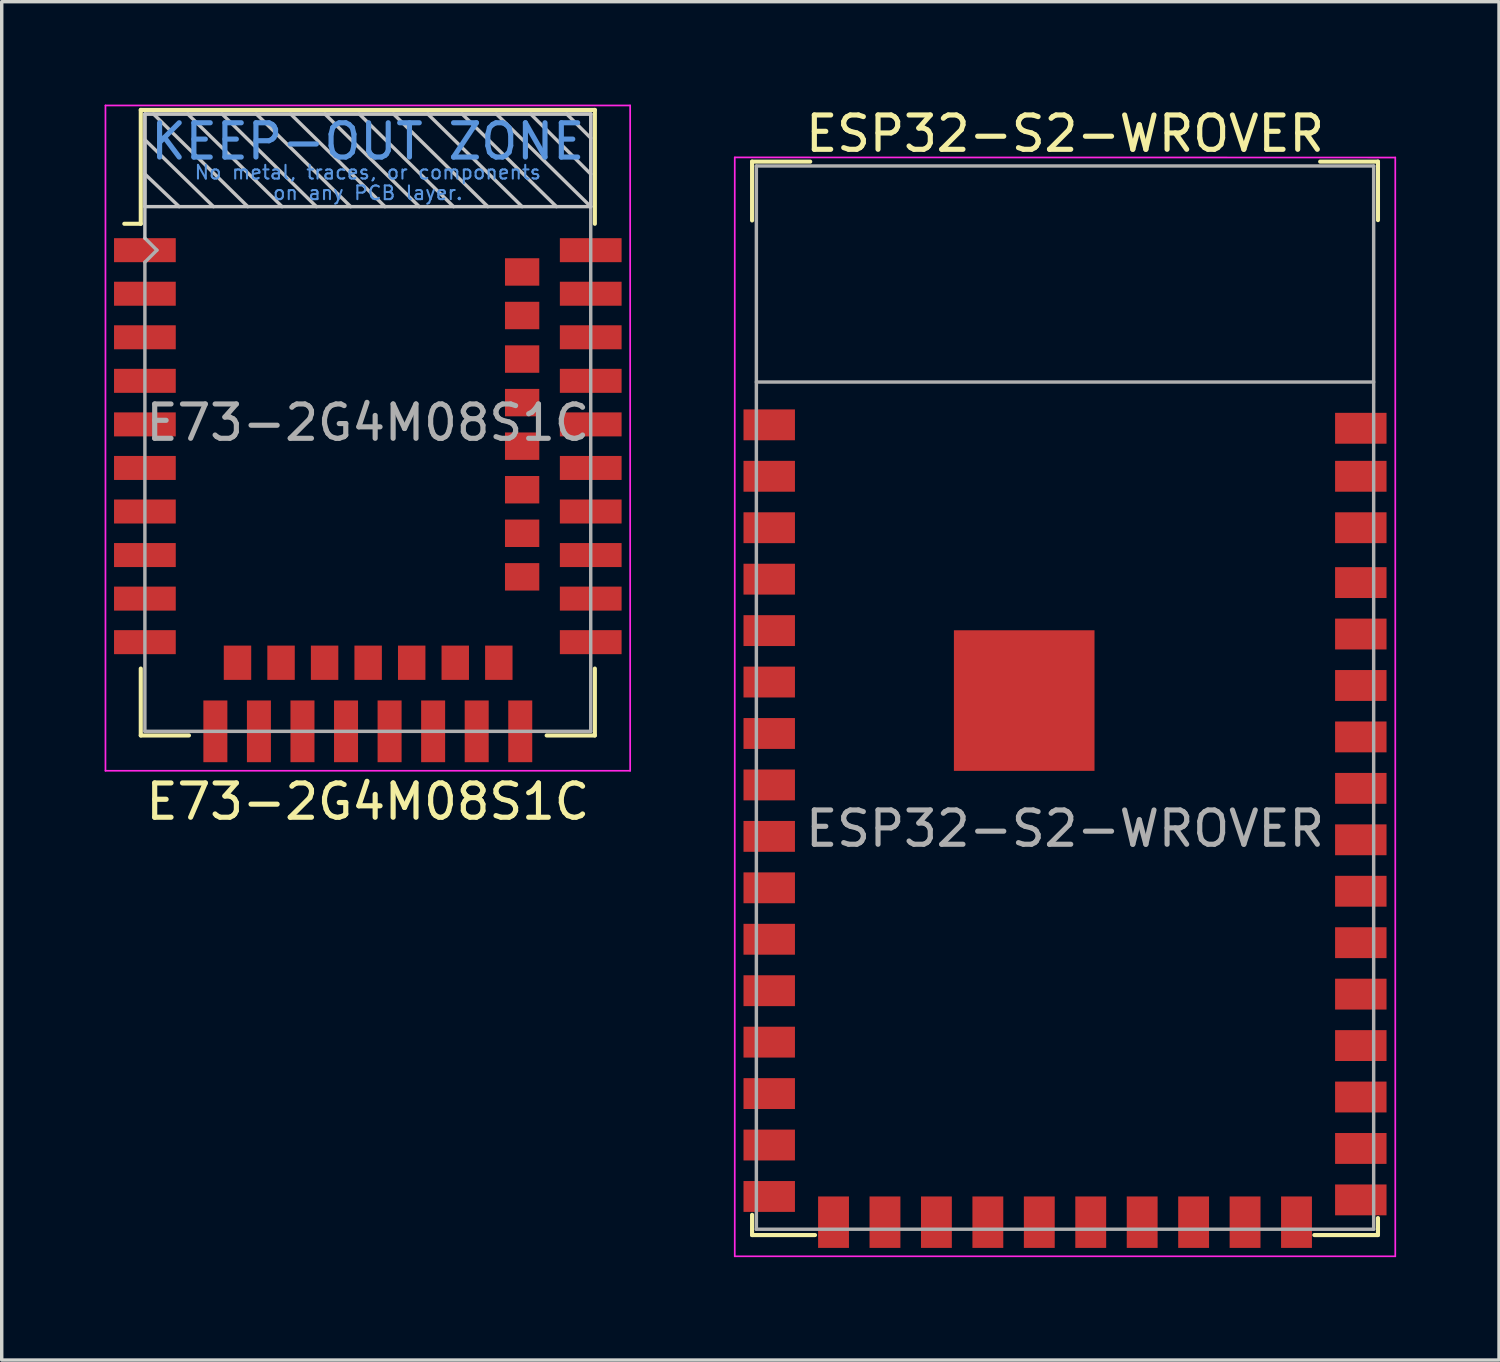
<source format=kicad_pcb>
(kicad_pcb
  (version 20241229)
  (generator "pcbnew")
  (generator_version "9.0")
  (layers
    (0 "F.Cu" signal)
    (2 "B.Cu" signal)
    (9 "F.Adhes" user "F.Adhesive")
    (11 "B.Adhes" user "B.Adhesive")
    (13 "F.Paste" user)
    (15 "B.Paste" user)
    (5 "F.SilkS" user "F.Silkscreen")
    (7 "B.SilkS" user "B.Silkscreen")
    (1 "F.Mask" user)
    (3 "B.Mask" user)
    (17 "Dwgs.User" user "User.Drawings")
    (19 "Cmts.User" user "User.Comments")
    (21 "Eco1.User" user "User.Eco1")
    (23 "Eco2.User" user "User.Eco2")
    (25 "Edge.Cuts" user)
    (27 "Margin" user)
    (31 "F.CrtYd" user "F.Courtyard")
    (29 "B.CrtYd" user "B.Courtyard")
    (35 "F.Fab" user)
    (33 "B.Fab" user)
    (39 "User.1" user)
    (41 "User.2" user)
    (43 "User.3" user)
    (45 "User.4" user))
  (footprint "E73-2G4M08S1C"
    (layer "F.Cu")
    (at 7.675 9.275)
    (property "Reference" "E73-2G4M08S1C" (at 0 11.05 0) (layer "F.SilkS") (effects (font (size 1 1) (thickness 0.15))))
    (attr smd)
    (fp_line (start -6.62 -9.12) (end -6.62 -5.8) (stroke (width 0.12) (type solid)) (layer "F.SilkS"))
    (fp_line (start -6.62 -5.8) (end -7.1 -5.8) (stroke (width 0.12) (type solid)) (layer "F.SilkS"))
    (fp_line (start -6.62 9.12) (end -6.62 7.17) (stroke (width 0.12) (type solid)) (layer "F.SilkS"))
    (fp_line (start -6.62 9.12) (end -5.215 9.12) (stroke (width 0.12) (type solid)) (layer "F.SilkS"))
    (fp_line (start 6.62 -9.12) (end -6.62 -9.12) (stroke (width 0.12) (type solid)) (layer "F.SilkS"))
    (fp_line (start 6.62 -9.12) (end 6.62 -5.8) (stroke (width 0.12) (type solid)) (layer "F.SilkS"))
    (fp_line (start 6.62 9.12) (end 5.215 9.12) (stroke (width 0.12) (type solid)) (layer "F.SilkS"))
    (fp_line (start 6.62 9.12) (end 6.62 7.17) (stroke (width 0.12) (type solid)) (layer "F.SilkS"))
    (fp_line (start -6.5 -9) (end 6.5 -9) (stroke (width 0.1) (type solid)) (layer "Dwgs.User"))
    (fp_line (start -6.5 -8.25) (end -4.5 -6.3) (stroke (width 0.1) (type solid)) (layer "Dwgs.User"))
    (fp_line (start -6.5 -5.38) (end -6.5 -9) (stroke (width 0.1) (type solid)) (layer "Dwgs.User"))
    (fp_line (start -5.5 -6.3) (end -6.5 -7.25) (stroke (width 0.1) (type solid)) (layer "Dwgs.User"))
    (fp_line (start -5.25 -9) (end -2.5 -6.3) (stroke (width 0.1) (type solid)) (layer "Dwgs.User"))
    (fp_line (start -3.5 -6.3) (end -6.25 -9) (stroke (width 0.1) (type solid)) (layer "Dwgs.User"))
    (fp_line (start -3.25 -9) (end -0.5 -6.3) (stroke (width 0.1) (type solid)) (layer "Dwgs.User"))
    (fp_line (start -1.5 -6.3) (end -4.25 -9) (stroke (width 0.1) (type solid)) (layer "Dwgs.User"))
    (fp_line (start -1.25 -9) (end 1.5 -6.3) (stroke (width 0.1) (type solid)) (layer "Dwgs.User"))
    (fp_line (start 0.5 -6.3) (end -2.25 -9) (stroke (width 0.1) (type solid)) (layer "Dwgs.User"))
    (fp_line (start 0.75 -9) (end 3.5 -6.3) (stroke (width 0.1) (type solid)) (layer "Dwgs.User"))
    (fp_line (start 2.5 -6.3) (end -0.25 -9) (stroke (width 0.1) (type solid)) (layer "Dwgs.User"))
    (fp_line (start 2.75 -9) (end 5.5 -6.3) (stroke (width 0.1) (type solid)) (layer "Dwgs.User"))
    (fp_line (start 4.5 -6.3) (end 1.75 -9) (stroke (width 0.1) (type solid)) (layer "Dwgs.User"))
    (fp_line (start 4.75 -9) (end 6.5 -7.25) (stroke (width 0.1) (type solid)) (layer "Dwgs.User"))
    (fp_line (start 5.8 -9) (end 6.5 -8.3) (stroke (width 0.1) (type solid)) (layer "Dwgs.User"))
    (fp_line (start 6.5 -9) (end 6.5 -6.3) (stroke (width 0.1) (type solid)) (layer "Dwgs.User"))
    (fp_line (start 6.5 -6.3) (end -6.5 -6.3) (stroke (width 0.1) (type solid)) (layer "Dwgs.User"))
    (fp_line (start 6.5 -6.3) (end 3.75 -9) (stroke (width 0.1) (type solid)) (layer "Dwgs.User"))
    (fp_line (start -7.65 -9.25) (end -7.65 10.15) (stroke (width 0.05) (type solid)) (layer "F.CrtYd"))
    (fp_line (start -7.65 10.15) (end 7.65 10.15) (stroke (width 0.05) (type solid)) (layer "F.CrtYd"))
    (fp_line (start 7.65 -9.25) (end -7.65 -9.25) (stroke (width 0.05) (type solid)) (layer "F.CrtYd"))
    (fp_line (start 7.65 10.15) (end 7.65 -9.25) (stroke (width 0.05) (type solid)) (layer "F.CrtYd"))
    (fp_line (start -6.5 -6.3) (end -6.5 -9) (stroke (width 0.1) (type solid)) (layer "F.Fab"))
    (fp_line (start -6.5 -5.38) (end -6.15 -5.03) (stroke (width 0.1) (type solid)) (layer "F.Fab"))
    (fp_line (start -6.5 -4.68) (end -6.5 9) (stroke (width 0.1) (type solid)) (layer "F.Fab"))
    (fp_line (start -6.5 9) (end 6.5 9) (stroke (width 0.1) (type solid)) (layer "F.Fab"))
    (fp_line (start -6.15 -5.03) (end -6.5 -4.68) (stroke (width 0.1) (type solid)) (layer "F.Fab"))
    (fp_line (start 6.5 -9) (end -6.5 -9) (stroke (width 0.1) (type solid)) (layer "F.Fab"))
    (fp_line (start 6.5 9) (end 6.5 -9) (stroke (width 0.1) (type solid)) (layer "F.Fab"))
    (fp_text user "on any PCB layer." (at 0 -6.7 0) (layer "Cmts.User") (effects (font (size 0.4 0.4) (thickness 0.06))))
    (fp_text user "KEEP-OUT ZONE" (at 0 -8.2 0) (layer "Cmts.User") (effects (font (size 1 1) (thickness 0.15))))
    (fp_text user "No metal, traces, or components" (at 0 -7.3 0) (layer "Cmts.User") (effects (font (size 0.4 0.4) (thickness 0.06))))
    (fp_text user "${REFERENCE}" (at 0 0 0) (layer "F.Fab") (effects (font (size 1 1) (thickness 0.15))))
    (pad "1" smd rect (at -6.5 -5.03) (size 1.8 0.7) (layers "F.Cu" "F.Mask" "F.Paste"))
    (pad "2" smd rect (at -6.5 -3.76) (size 1.8 0.7) (layers "F.Cu" "F.Mask" "F.Paste"))
    (pad "3" smd rect (at -6.5 -2.49) (size 1.8 0.7) (layers "F.Cu" "F.Mask" "F.Paste"))
    (pad "4" smd rect (at -6.5 -1.22) (size 1.8 0.7) (layers "F.Cu" "F.Mask" "F.Paste"))
    (pad "5" smd rect (at -6.5 0.05) (size 1.8 0.7) (layers "F.Cu" "F.Mask" "F.Paste"))
    (pad "6" smd rect (at -6.5 1.32) (size 1.8 0.7) (layers "F.Cu" "F.Mask" "F.Paste"))
    (pad "7" smd rect (at -6.5 2.59) (size 1.8 0.7) (layers "F.Cu" "F.Mask" "F.Paste"))
    (pad "8" smd rect (at -6.5 3.86) (size 1.8 0.7) (layers "F.Cu" "F.Mask" "F.Paste"))
    (pad "9" smd rect (at -6.5 5.13) (size 1.8 0.7) (layers "F.Cu" "F.Mask" "F.Paste"))
    (pad "10" smd rect (at -6.5 6.4) (size 1.8 0.7) (layers "F.Cu" "F.Mask" "F.Paste"))
    (pad "11" smd rect (at -4.445 9) (size 0.7 1.8) (layers "F.Cu" "F.Mask" "F.Paste"))
    (pad "12" smd rect (at -3.8 7) (size 0.8 1) (layers "F.Cu" "F.Mask" "F.Paste"))
    (pad "13" smd rect (at -3.175 9) (size 0.7 1.8) (layers "F.Cu" "F.Mask" "F.Paste"))
    (pad "14" smd rect (at -2.53 7) (size 0.8 1) (layers "F.Cu" "F.Mask" "F.Paste"))
    (pad "15" smd rect (at -1.905 9) (size 0.7 1.8) (layers "F.Cu" "F.Mask" "F.Paste"))
    (pad "16" smd rect (at -1.26 7) (size 0.8 1) (layers "F.Cu" "F.Mask" "F.Paste"))
    (pad "17" smd rect (at -0.635 9) (size 0.7 1.8) (layers "F.Cu" "F.Mask" "F.Paste"))
    (pad "18" smd rect (at 0.01 7) (size 0.8 1) (layers "F.Cu" "F.Mask" "F.Paste"))
    (pad "19" smd rect (at 0.635 9) (size 0.7 1.8) (layers "F.Cu" "F.Mask" "F.Paste"))
    (pad "20" smd rect (at 1.28 7) (size 0.8 1) (layers "F.Cu" "F.Mask" "F.Paste"))
    (pad "21" smd rect (at 1.905 9) (size 0.7 1.8) (layers "F.Cu" "F.Mask" "F.Paste"))
    (pad "22" smd rect (at 2.55 7) (size 0.8 1) (layers "F.Cu" "F.Mask" "F.Paste"))
    (pad "23" smd rect (at 3.175 9) (size 0.7 1.8) (layers "F.Cu" "F.Mask" "F.Paste"))
    (pad "24" smd rect (at 3.82 7) (size 0.8 1) (layers "F.Cu" "F.Mask" "F.Paste"))
    (pad "25" smd rect (at 4.445 9) (size 0.7 1.8) (layers "F.Cu" "F.Mask" "F.Paste"))
    (pad "26" smd rect (at 6.5 6.4) (size 1.8 0.7) (layers "F.Cu" "F.Mask" "F.Paste"))
    (pad "27" smd rect (at 6.5 5.13) (size 1.8 0.7) (layers "F.Cu" "F.Mask" "F.Paste"))
    (pad "28" smd rect (at 4.5 4.495) (size 1 0.8) (layers "F.Cu" "F.Mask" "F.Paste"))
    (pad "29" smd rect (at 6.5 3.86) (size 1.8 0.7) (layers "F.Cu" "F.Mask" "F.Paste"))
    (pad "30" smd rect (at 4.5 3.225) (size 1 0.8) (layers "F.Cu" "F.Mask" "F.Paste"))
    (pad "31" smd rect (at 6.5 2.59) (size 1.8 0.7) (layers "F.Cu" "F.Mask" "F.Paste"))
    (pad "32" smd rect (at 4.5 1.955) (size 1 0.8) (layers "F.Cu" "F.Mask" "F.Paste"))
    (pad "33" smd rect (at 6.5 1.32) (size 1.8 0.7) (layers "F.Cu" "F.Mask" "F.Paste"))
    (pad "34" smd rect (at 4.5 0.685) (size 1 0.8) (layers "F.Cu" "F.Mask" "F.Paste"))
    (pad "35" smd rect (at 6.5 0.05) (size 1.8 0.7) (layers "F.Cu" "F.Mask" "F.Paste"))
    (pad "36" smd rect (at 4.5 -0.585) (size 1 0.8) (layers "F.Cu" "F.Mask" "F.Paste"))
    (pad "37" smd rect (at 6.5 -1.22) (size 1.8 0.7) (layers "F.Cu" "F.Mask" "F.Paste"))
    (pad "38" smd rect (at 4.5 -1.855) (size 1 0.8) (layers "F.Cu" "F.Mask" "F.Paste"))
    (pad "39" smd rect (at 6.5 -2.49) (size 1.8 0.7) (layers "F.Cu" "F.Mask" "F.Paste"))
    (pad "40" smd rect (at 4.5 -3.125) (size 1 0.8) (layers "F.Cu" "F.Mask" "F.Paste"))
    (pad "41" smd rect (at 6.5 -3.76) (size 1.8 0.7) (layers "F.Cu" "F.Mask" "F.Paste"))
    (pad "42" smd rect (at 4.5 -4.395) (size 1 0.8) (layers "F.Cu" "F.Mask" "F.Paste"))
    (pad "43" smd rect (at 6.5 -5.03) (size 1.8 0.7) (layers "F.Cu" "F.Mask" "F.Paste")))
  (footprint "ESP32-S2-WROVER"
    (layer "F.Cu")
    (at 28.005 21.113)
    (property "Reference" "ESP32-S2-WROVER" (at 0 -20.265 0) (layer "F.SilkS") (effects (font (size 1 1) (thickness 0.15))))
    (attr smd)
    (fp_line (start -9.125 -19.45) (end -7.43 -19.45) (stroke (width 0.12) (type solid)) (layer "F.SilkS"))
    (fp_line (start -9.125 -17.735) (end -9.125 -19.45) (stroke (width 0.12) (type solid)) (layer "F.SilkS"))
    (fp_line (start -9.125 11.26) (end -9.125 11.85) (stroke (width 0.12) (type solid)) (layer "F.SilkS"))
    (fp_line (start -9.125 11.85) (end -7.29 11.85) (stroke (width 0.12) (type solid)) (layer "F.SilkS"))
    (fp_line (start 9.125 -19.45) (end 7.44 -19.45) (stroke (width 0.12) (type solid)) (layer "F.SilkS"))
    (fp_line (start 9.125 -17.745) (end 9.125 -19.45) (stroke (width 0.12) (type solid)) (layer "F.SilkS"))
    (fp_line (start 9.125 11.355) (end 9.125 11.85) (stroke (width 0.12) (type solid)) (layer "F.SilkS"))
    (fp_line (start 9.125 11.85) (end 7.27 11.85) (stroke (width 0.12) (type solid)) (layer "F.SilkS"))
    (fp_line (start -9.63 -19.573) (end -9.63 12.47) (stroke (width 0.05) (type solid)) (layer "F.CrtYd"))
    (fp_line (start -9.63 -19.573) (end 9.63 -19.57) (stroke (width 0.05) (type solid)) (layer "F.CrtYd"))
    (fp_line (start -9.63 12.47) (end 9.63 12.47) (stroke (width 0.05) (type solid)) (layer "F.CrtYd"))
    (fp_line (start 9.63 12.47) (end 9.63 -19.57) (stroke (width 0.05) (type solid)) (layer "F.CrtYd"))
    (fp_line (start -9 -19.323) (end 9 -19.323) (stroke (width 0.1) (type solid)) (layer "F.Fab"))
    (fp_line (start -9 -19.32) (end -9 11.68) (stroke (width 0.1) (type solid)) (layer "F.Fab"))
    (fp_line (start -9 11.68) (end 9 11.68) (stroke (width 0.1) (type solid)) (layer "F.Fab"))
    (fp_line (start 9 -19.32) (end 9 11.68) (stroke (width 0.1) (type solid)) (layer "F.Fab"))
    (fp_line (start 9 -13.023) (end -9 -13.023) (stroke (width 0.1) (type solid)) (layer "F.Fab"))
    (fp_text user "${REFERENCE}" (at 0 0 0) (layer "F.Fab") (effects (font (size 1 1) (thickness 0.15))))
    (pad "1" smd rect (at -8.625 -11.775) (size 1.5 0.9) (layers "F.Cu" "F.Mask" "F.Paste"))
    (pad "2" smd rect (at -8.625 -10.275) (size 1.5 0.9) (layers "F.Cu" "F.Mask" "F.Paste"))
    (pad "3" smd rect (at -8.625 -8.775) (size 1.5 0.9) (layers "F.Cu" "F.Mask" "F.Paste"))
    (pad "4" smd rect (at -8.625 -7.275) (size 1.5 0.9) (layers "F.Cu" "F.Mask" "F.Paste"))
    (pad "5" smd rect (at -8.625 -5.775) (size 1.5 0.9) (layers "F.Cu" "F.Mask" "F.Paste"))
    (pad "6" smd rect (at -8.625 -4.275) (size 1.5 0.9) (layers "F.Cu" "F.Mask" "F.Paste"))
    (pad "7" smd rect (at -8.625 -2.775) (size 1.5 0.9) (layers "F.Cu" "F.Mask" "F.Paste"))
    (pad "8" smd rect (at -8.625 -1.275) (size 1.5 0.9) (layers "F.Cu" "F.Mask" "F.Paste"))
    (pad "9" smd rect (at -8.625 0.225) (size 1.5 0.9) (layers "F.Cu" "F.Mask" "F.Paste"))
    (pad "10" smd rect (at -8.625 1.725) (size 1.5 0.9) (layers "F.Cu" "F.Mask" "F.Paste"))
    (pad "11" smd rect (at -8.625 3.225) (size 1.5 0.9) (layers "F.Cu" "F.Mask" "F.Paste"))
    (pad "12" smd rect (at -8.625 4.725) (size 1.5 0.9) (layers "F.Cu" "F.Mask" "F.Paste"))
    (pad "13" smd rect (at -8.625 6.225) (size 1.5 0.9) (layers "F.Cu" "F.Mask" "F.Paste"))
    (pad "14" smd rect (at -8.625 7.725) (size 1.5 0.9) (layers "F.Cu" "F.Mask" "F.Paste"))
    (pad "15" smd rect (at -8.625 9.225 180) (size 1.5 0.9) (layers "F.Cu" "F.Mask" "F.Paste"))
    (pad "16" smd rect (at -8.625 10.725 180) (size 1.5 0.9) (layers "F.Cu" "F.Mask" "F.Paste"))
    (pad "17" smd rect (at -6.75 11.475) (size 0.9 1.5) (layers "F.Cu" "F.Mask" "F.Paste"))
    (pad "18" smd rect (at -5.25 11.475) (size 0.9 1.5) (layers "F.Cu" "F.Mask" "F.Paste"))
    (pad "19" smd rect (at -3.75 11.475) (size 0.9 1.5) (layers "F.Cu" "F.Mask" "F.Paste"))
    (pad "20" smd rect (at -2.25 11.475) (size 0.9 1.5) (layers "F.Cu" "F.Mask" "F.Paste"))
    (pad "21" smd rect (at -0.75 11.475) (size 0.9 1.5) (layers "F.Cu" "F.Mask" "F.Paste"))
    (pad "22" smd rect (at 0.75 11.475) (size 0.9 1.5) (layers "F.Cu" "F.Mask" "F.Paste"))
    (pad "23" smd rect (at 2.25 11.475) (size 0.9 1.5) (layers "F.Cu" "F.Mask" "F.Paste"))
    (pad "24" smd rect (at 3.75 11.475) (size 0.9 1.5) (layers "F.Cu" "F.Mask" "F.Paste"))
    (pad "25" smd rect (at 5.25 11.475) (size 0.9 1.5) (layers "F.Cu" "F.Mask" "F.Paste"))
    (pad "26" smd rect (at 6.75 11.475) (size 0.9 1.5) (layers "F.Cu" "F.Mask" "F.Paste"))
    (pad "27" smd rect (at 8.625 10.825) (size 1.5 0.9) (layers "F.Cu" "F.Mask" "F.Paste"))
    (pad "28" smd rect (at 8.625 9.325) (size 1.5 0.9) (layers "F.Cu" "F.Mask" "F.Paste"))
    (pad "29" smd rect (at 8.625 7.825) (size 1.5 0.9) (layers "F.Cu" "F.Mask" "F.Paste"))
    (pad "30" smd rect (at 8.625 6.325) (size 1.5 0.9) (layers "F.Cu" "F.Mask" "F.Paste"))
    (pad "31" smd rect (at 8.625 4.825) (size 1.5 0.9) (layers "F.Cu" "F.Mask" "F.Paste"))
    (pad "32" smd rect (at 8.625 3.325) (size 1.5 0.9) (layers "F.Cu" "F.Mask" "F.Paste"))
    (pad "33" smd rect (at 8.625 1.825) (size 1.5 0.9) (layers "F.Cu" "F.Mask" "F.Paste"))
    (pad "34" smd rect (at 8.625 0.325) (size 1.5 0.9) (layers "F.Cu" "F.Mask" "F.Paste"))
    (pad "35" smd rect (at 8.625 -1.175) (size 1.5 0.9) (layers "F.Cu" "F.Mask" "F.Paste"))
    (pad "36" smd rect (at 8.625 -2.675) (size 1.5 0.9) (layers "F.Cu" "F.Mask" "F.Paste"))
    (pad "37" smd rect (at 8.625 -4.175) (size 1.5 0.9) (layers "F.Cu" "F.Mask" "F.Paste"))
    (pad "38" smd rect (at 8.625 -5.675) (size 1.5 0.9) (layers "F.Cu" "F.Mask" "F.Paste"))
    (pad "39" smd rect (at 8.625 -7.175) (size 1.5 0.9) (layers "F.Cu" "F.Mask" "F.Paste"))
    (pad "40" smd rect (at 8.625 -8.775) (size 1.5 0.9) (layers "F.Cu" "F.Mask" "F.Paste"))
    (pad "41" smd rect (at 8.625 -10.275) (size 1.5 0.9) (layers "F.Cu" "F.Mask" "F.Paste"))
    (pad "42" smd rect (at 8.625 -11.675) (size 1.5 0.9) (layers "F.Cu" "F.Mask" "F.Paste"))
    (pad "43" smd rect (at -1.19 -3.735) (size 4.1 4.1) (layers "F.Cu" "F.Mask" "F.Paste")))
  (gr_rect
    (start -3 -3)
    (end 40.66 36.608)
    (stroke (width 0.1) (type default))
    (fill no)
    (layer "Edge.Cuts")))
</source>
